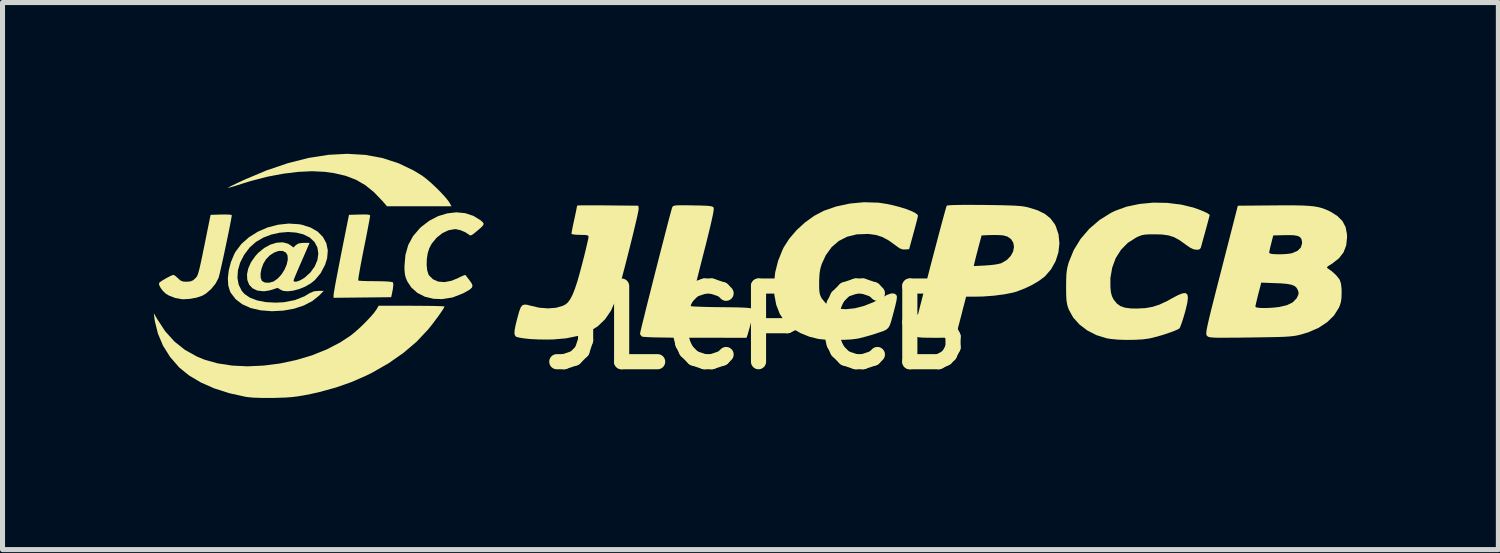
<source format=kicad_pcb>
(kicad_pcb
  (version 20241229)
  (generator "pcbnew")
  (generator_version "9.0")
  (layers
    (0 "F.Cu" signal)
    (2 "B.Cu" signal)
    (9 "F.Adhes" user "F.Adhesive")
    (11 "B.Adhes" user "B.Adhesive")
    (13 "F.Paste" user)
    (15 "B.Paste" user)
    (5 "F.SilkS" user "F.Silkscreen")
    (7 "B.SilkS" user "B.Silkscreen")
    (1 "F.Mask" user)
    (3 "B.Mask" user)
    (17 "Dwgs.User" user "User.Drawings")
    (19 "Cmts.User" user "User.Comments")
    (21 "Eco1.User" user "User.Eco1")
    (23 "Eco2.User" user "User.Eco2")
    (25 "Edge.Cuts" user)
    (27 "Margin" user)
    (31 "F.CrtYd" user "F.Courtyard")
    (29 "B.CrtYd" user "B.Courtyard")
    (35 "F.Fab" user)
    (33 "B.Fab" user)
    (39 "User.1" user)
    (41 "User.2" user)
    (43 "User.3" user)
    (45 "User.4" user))
  (footprint "JLCPCB"
    (layer "F.Cu")
    (at 11.955 3.444)
    (property "Reference" "JLCPCB" (at 0 0 0) (layer "F.SilkS") (effects (font (size 1.5 1.5) (thickness 0.3))))
    (attr board_only exclude_from_pos_files exclude_from_bom)
    (fp_poly (pts (xy -7.763 -3.423) (xy -7.424 -3.361) (xy -7.103 -3.257) (xy -6.8 -3.112) (xy -6.633 -3.01) (xy -6.554 -2.95) (xy -6.46 -2.87) (xy -6.361 -2.777) (xy -6.266 -2.682) (xy -6.182 -2.592) (xy -6.12 -2.516) (xy -6.094 -2.477) (xy -6.053 -2.404) (xy -6.692 -2.404) (xy -7.331 -2.404) (xy -7.425 -2.512) (xy -7.591 -2.685) (xy -7.762 -2.823) (xy -7.945 -2.929) (xy -8.148 -3.007) (xy -8.38 -3.061) (xy -8.569 -3.087) (xy -8.817 -3.099) (xy -9.093 -3.086) (xy -9.391 -3.049) (xy -9.703 -2.99) (xy -10.02 -2.908) (xy -10.204 -2.852) (xy -10.309 -2.818) (xy -10.397 -2.791) (xy -10.458 -2.774) (xy -10.486 -2.769) (xy -10.487 -2.769) (xy -10.465 -2.783) (xy -10.408 -2.812) (xy -10.324 -2.853) (xy -10.221 -2.901) (xy -10.155 -2.932) (xy -9.715 -3.117) (xy -9.291 -3.26) (xy -8.884 -3.363) (xy -8.493 -3.424) (xy -8.119 -3.444)) (stroke (width 0) (type solid)) (fill yes) (layer "F.SilkS"))
    (fp_poly (pts (xy -7.708 -2.239) (xy -7.674 -2.23) (xy -7.665 -2.217) (xy -7.67 -2.187) (xy -7.682 -2.119) (xy -7.701 -2.019) (xy -7.725 -1.892) (xy -7.754 -1.745) (xy -7.786 -1.583) (xy -7.79 -1.565) (xy -7.822 -1.404) (xy -7.85 -1.257) (xy -7.873 -1.13) (xy -7.89 -1.03) (xy -7.9 -0.962) (xy -7.902 -0.932) (xy -7.901 -0.932) (xy -7.875 -0.927) (xy -7.812 -0.923) (xy -7.721 -0.92) (xy -7.609 -0.919) (xy -7.563 -0.918) (xy -7.438 -0.917) (xy -7.334 -0.913) (xy -7.258 -0.906) (xy -7.218 -0.898) (xy -7.215 -0.896) (xy -7.205 -0.857) (xy -7.213 -0.778) (xy -7.22 -0.737) (xy -7.248 -0.601) (xy -7.819 -0.595) (xy -8.391 -0.589) (xy -8.39 -0.652) (xy -8.385 -0.688) (xy -8.372 -0.764) (xy -8.353 -0.872) (xy -8.327 -1.008) (xy -8.297 -1.166) (xy -8.263 -1.34) (xy -8.237 -1.474) (xy -8.085 -2.234) (xy -7.875 -2.24) (xy -7.772 -2.242)) (stroke (width 0) (type solid)) (fill yes) (layer "F.SilkS"))
    (fp_poly (pts (xy -10.457 -2.238) (xy -10.416 -2.232) (xy -10.409 -2.228) (xy -10.414 -2.191) (xy -10.427 -2.116) (xy -10.447 -2.013) (xy -10.472 -1.887) (xy -10.501 -1.747) (xy -10.532 -1.599) (xy -10.563 -1.452) (xy -10.594 -1.312) (xy -10.622 -1.187) (xy -10.645 -1.084) (xy -10.664 -1.01) (xy -10.674 -0.977) (xy -10.732 -0.868) (xy -10.818 -0.763) (xy -10.918 -0.675) (xy -10.996 -0.629) (xy -11.112 -0.591) (xy -11.245 -0.567) (xy -11.371 -0.56) (xy -11.396 -0.561) (xy -11.532 -0.586) (xy -11.655 -0.633) (xy -11.719 -0.672) (xy -11.775 -0.725) (xy -11.82 -0.785) (xy -11.849 -0.842) (xy -11.851 -0.882) (xy -11.85 -0.884) (xy -11.822 -0.908) (xy -11.768 -0.943) (xy -11.7 -0.982) (xy -11.634 -1.017) (xy -11.584 -1.039) (xy -11.567 -1.043) (xy -11.535 -1.028) (xy -11.489 -0.989) (xy -11.475 -0.975) (xy -11.425 -0.931) (xy -11.371 -0.911) (xy -11.306 -0.907) (xy -11.228 -0.914) (xy -11.173 -0.938) (xy -11.138 -0.97) (xy -11.121 -0.987) (xy -11.106 -1.004) (xy -11.093 -1.027) (xy -11.08 -1.059) (xy -11.066 -1.106) (xy -11.049 -1.17) (xy -11.029 -1.258) (xy -11.004 -1.373) (xy -10.974 -1.52) (xy -10.936 -1.704) (xy -10.903 -1.871) (xy -10.829 -2.234) (xy -10.619 -2.24) (xy -10.528 -2.241)) (stroke (width 0) (type solid)) (fill yes) (layer "F.SilkS"))
    (fp_poly (pts (xy -5.781 -2.267) (xy -5.618 -2.214) (xy -5.473 -2.124) (xy -5.468 -2.119) (xy -5.431 -2.086) (xy -5.415 -2.059) (xy -5.423 -2.03) (xy -5.457 -1.991) (xy -5.522 -1.934) (xy -5.56 -1.902) (xy -5.622 -1.852) (xy -5.66 -1.829) (xy -5.686 -1.827) (xy -5.71 -1.844) (xy -5.711 -1.845) (xy -5.782 -1.891) (xy -5.873 -1.929) (xy -5.961 -1.949) (xy -5.984 -1.95) (xy -6.11 -1.929) (xy -6.235 -1.87) (xy -6.349 -1.779) (xy -6.443 -1.664) (xy -6.49 -1.578) (xy -6.523 -1.477) (xy -6.541 -1.36) (xy -6.545 -1.241) (xy -6.534 -1.133) (xy -6.508 -1.051) (xy -6.5 -1.036) (xy -6.419 -0.956) (xy -6.315 -0.91) (xy -6.191 -0.9) (xy -6.054 -0.926) (xy -5.931 -0.976) (xy -5.859 -1.012) (xy -5.804 -1.035) (xy -5.778 -1.042) (xy -5.777 -1.042) (xy -5.76 -1.02) (xy -5.724 -0.973) (xy -5.693 -0.933) (xy -5.652 -0.874) (xy -5.636 -0.829) (xy -5.648 -0.79) (xy -5.692 -0.751) (xy -5.773 -0.704) (xy -5.83 -0.674) (xy -6.03 -0.596) (xy -6.236 -0.563) (xy -6.408 -0.569) (xy -6.582 -0.611) (xy -6.73 -0.687) (xy -6.85 -0.795) (xy -6.927 -0.912) (xy -6.958 -0.984) (xy -6.976 -1.053) (xy -6.984 -1.138) (xy -6.985 -1.216) (xy -6.966 -1.438) (xy -6.91 -1.636) (xy -6.814 -1.813) (xy -6.677 -1.972) (xy -6.656 -1.992) (xy -6.493 -2.117) (xy -6.318 -2.208) (xy -6.136 -2.263) (xy -5.955 -2.284)) (stroke (width 0) (type solid)) (fill yes) (layer "F.SilkS"))
    (fp_poly (pts (xy -6.677 -0.43) (xy -6.526 -0.429) (xy -6.397 -0.427) (xy -6.294 -0.424) (xy -6.224 -0.421) (xy -6.192 -0.418) (xy -6.191 -0.417) (xy -6.205 -0.387) (xy -6.241 -0.329) (xy -6.294 -0.252) (xy -6.359 -0.163) (xy -6.43 -0.069) (xy -6.501 0.02) (xy -6.527 0.051) (xy -6.747 0.284) (xy -7.006 0.504) (xy -7.298 0.708) (xy -7.617 0.891) (xy -7.739 0.952) (xy -8.036 1.082) (xy -8.341 1.189) (xy -8.669 1.279) (xy -8.845 1.319) (xy -8.984 1.346) (xy -9.105 1.366) (xy -9.221 1.38) (xy -9.347 1.389) (xy -9.499 1.394) (xy -9.57 1.396) (xy -9.796 1.397) (xy -9.978 1.391) (xy -10.115 1.378) (xy -10.137 1.374) (xy -10.461 1.302) (xy -10.757 1.207) (xy -11.022 1.09) (xy -11.253 0.953) (xy -11.445 0.798) (xy -11.459 0.784) (xy -11.633 0.583) (xy -11.773 0.36) (xy -11.874 0.12) (xy -11.935 -0.128) (xy -11.941 -0.17) (xy -11.955 -0.283) (xy -11.887 -0.165) (xy -11.729 0.075) (xy -11.547 0.277) (xy -11.339 0.443) (xy -11.102 0.575) (xy -10.953 0.637) (xy -10.69 0.711) (xy -10.402 0.755) (xy -10.095 0.77) (xy -9.777 0.755) (xy -9.455 0.714) (xy -9.135 0.646) (xy -8.825 0.554) (xy -8.531 0.437) (xy -8.261 0.297) (xy -8.052 0.16) (xy -7.96 0.085) (xy -7.858 -0.006) (xy -7.756 -0.106) (xy -7.663 -0.204) (xy -7.587 -0.292) (xy -7.539 -0.359) (xy -7.497 -0.431) (xy -6.844 -0.431)) (stroke (width 0) (type solid)) (fill yes) (layer "F.SilkS"))
    (fp_poly (pts (xy -1.422 -2.424) (xy -1.285 -2.422) (xy -1.267 -2.421) (xy -1.122 -2.419) (xy -1.017 -2.415) (xy -0.943 -2.41) (xy -0.896 -2.402) (xy -0.869 -2.392) (xy -0.855 -2.378) (xy -0.852 -2.357) (xy -0.856 -2.312) (xy -0.868 -2.241) (xy -0.89 -2.14) (xy -0.92 -2.007) (xy -0.961 -1.839) (xy -1.012 -1.633) (xy -1.074 -1.392) (xy -1.125 -1.191) (xy -1.172 -1.005) (xy -1.214 -0.836) (xy -1.251 -0.691) (xy -1.28 -0.572) (xy -1.302 -0.486) (xy -1.313 -0.436) (xy -1.316 -0.426) (xy -1.294 -0.421) (xy -1.233 -0.416) (xy -1.138 -0.412) (xy -1.015 -0.408) (xy -0.871 -0.405) (xy -0.711 -0.403) (xy -0.528 -0.401) (xy -0.386 -0.399) (xy -0.278 -0.395) (xy -0.2 -0.391) (xy -0.147 -0.386) (xy -0.113 -0.379) (xy -0.093 -0.369) (xy -0.082 -0.358) (xy -0.073 -0.326) (xy -0.076 -0.273) (xy -0.091 -0.19) (xy -0.112 -0.108) (xy -0.137 -0.011) (xy -0.161 0.075) (xy -0.179 0.136) (xy -0.184 0.153) (xy -0.203 0.204) (xy -1.218 0.203) (xy -1.484 0.203) (xy -1.714 0.201) (xy -1.907 0.198) (xy -2.061 0.195) (xy -2.175 0.19) (xy -2.247 0.185) (xy -2.274 0.18) (xy -2.307 0.145) (xy -2.313 0.122) (xy -2.308 0.093) (xy -2.292 0.025) (xy -2.268 -0.076) (xy -2.235 -0.207) (xy -2.197 -0.363) (xy -2.153 -0.538) (xy -2.105 -0.727) (xy -2.055 -0.926) (xy -2.003 -1.13) (xy -1.951 -1.334) (xy -1.9 -1.533) (xy -1.851 -1.722) (xy -1.806 -1.897) (xy -1.766 -2.052) (xy -1.732 -2.182) (xy -1.704 -2.283) (xy -1.686 -2.35) (xy -1.678 -2.376) (xy -1.669 -2.395) (xy -1.655 -2.408) (xy -1.63 -2.417) (xy -1.587 -2.422) (xy -1.52 -2.424)) (stroke (width 0) (type solid)) (fill yes) (layer "F.SilkS"))
    (fp_poly (pts (xy -3.116 -2.423) (xy -2.955 -2.421) (xy -2.954 -2.421) (xy -2.347 -2.415) (xy -2.341 -2.358) (xy -2.345 -2.323) (xy -2.359 -2.251) (xy -2.382 -2.147) (xy -2.413 -2.016) (xy -2.449 -1.865) (xy -2.49 -1.699) (xy -2.534 -1.524) (xy -2.579 -1.346) (xy -2.624 -1.171) (xy -2.668 -1.005) (xy -2.709 -0.853) (xy -2.745 -0.721) (xy -2.776 -0.615) (xy -2.799 -0.542) (xy -2.8 -0.538) (xy -2.89 -0.334) (xy -3.007 -0.163) (xy -3.153 -0.023) (xy -3.329 0.086) (xy -3.538 0.165) (xy -3.78 0.215) (xy -4.037 0.237) (xy -4.172 0.239) (xy -4.32 0.237) (xy -4.457 0.231) (xy -4.521 0.226) (xy -4.62 0.215) (xy -4.703 0.201) (xy -4.76 0.187) (xy -4.776 0.18) (xy -4.796 0.153) (xy -4.804 0.112) (xy -4.8 0.05) (xy -4.783 -0.041) (xy -4.752 -0.166) (xy -4.742 -0.204) (xy -4.71 -0.319) (xy -4.681 -0.396) (xy -4.649 -0.439) (xy -4.607 -0.455) (xy -4.55 -0.45) (xy -4.484 -0.432) (xy -4.309 -0.392) (xy -4.138 -0.379) (xy -3.981 -0.391) (xy -3.848 -0.429) (xy -3.794 -0.456) (xy -3.745 -0.497) (xy -3.699 -0.559) (xy -3.653 -0.647) (xy -3.606 -0.764) (xy -3.556 -0.915) (xy -3.503 -1.104) (xy -3.459 -1.27) (xy -3.422 -1.414) (xy -3.39 -1.545) (xy -3.364 -1.655) (xy -3.345 -1.739) (xy -3.335 -1.788) (xy -3.334 -1.797) (xy -3.34 -1.818) (xy -3.363 -1.83) (xy -3.413 -1.835) (xy -3.498 -1.837) (xy -3.504 -1.837) (xy -3.591 -1.84) (xy -3.651 -1.848) (xy -3.674 -1.859) (xy -3.674 -1.86) (xy -3.669 -1.89) (xy -3.657 -1.955) (xy -3.639 -2.045) (xy -3.617 -2.145) (xy -3.595 -2.248) (xy -3.577 -2.334) (xy -3.565 -2.394) (xy -3.561 -2.417) (xy -3.539 -2.42) (xy -3.478 -2.422) (xy -3.383 -2.423) (xy -3.26 -2.423)) (stroke (width 0) (type solid)) (fill yes) (layer "F.SilkS"))
    (fp_poly (pts (xy 2.395 -2.476) (xy 2.431 -2.473) (xy 2.566 -2.452) (xy 2.705 -2.423) (xy 2.839 -2.388) (xy 2.961 -2.35) (xy 3.065 -2.31) (xy 3.144 -2.271) (xy 3.189 -2.236) (xy 3.197 -2.216) (xy 3.191 -2.185) (xy 3.175 -2.119) (xy 3.151 -2.027) (xy 3.122 -1.917) (xy 3.109 -1.871) (xy 3.022 -1.553) (xy 2.943 -1.547) (xy 2.889 -1.549) (xy 2.835 -1.57) (xy 2.767 -1.617) (xy 2.751 -1.63) (xy 2.614 -1.728) (xy 2.489 -1.795) (xy 2.363 -1.835) (xy 2.221 -1.854) (xy 2.198 -1.855) (xy 1.983 -1.847) (xy 1.792 -1.8) (xy 1.626 -1.715) (xy 1.485 -1.593) (xy 1.37 -1.434) (xy 1.289 -1.259) (xy 1.262 -1.169) (xy 1.246 -1.072) (xy 1.239 -0.952) (xy 1.238 -0.896) (xy 1.238 -0.787) (xy 1.243 -0.71) (xy 1.254 -0.654) (xy 1.273 -0.606) (xy 1.29 -0.575) (xy 1.37 -0.479) (xy 1.48 -0.412) (xy 1.615 -0.373) (xy 1.771 -0.363) (xy 1.943 -0.381) (xy 2.125 -0.427) (xy 2.312 -0.501) (xy 2.478 -0.59) (xy 2.588 -0.649) (xy 2.671 -0.676) (xy 2.731 -0.672) (xy 2.767 -0.646) (xy 2.778 -0.623) (xy 2.779 -0.587) (xy 2.77 -0.528) (xy 2.75 -0.44) (xy 2.724 -0.338) (xy 2.688 -0.204) (xy 2.661 -0.107) (xy 2.636 -0.038) (xy 2.607 0.009) (xy 2.569 0.042) (xy 2.517 0.068) (xy 2.443 0.093) (xy 2.367 0.119) (xy 2.25 0.156) (xy 2.131 0.189) (xy 2.027 0.215) (xy 1.973 0.225) (xy 1.869 0.237) (xy 1.736 0.244) (xy 1.589 0.246) (xy 1.444 0.244) (xy 1.314 0.237) (xy 1.219 0.226) (xy 1.043 0.182) (xy 0.872 0.113) (xy 0.719 0.026) (xy 0.595 -0.074) (xy 0.56 -0.113) (xy 0.458 -0.268) (xy 0.387 -0.449) (xy 0.349 -0.651) (xy 0.342 -0.868) (xy 0.366 -1.092) (xy 0.423 -1.319) (xy 0.512 -1.541) (xy 0.538 -1.594) (xy 0.647 -1.763) (xy 0.79 -1.93) (xy 0.957 -2.083) (xy 1.138 -2.213) (xy 1.323 -2.312) (xy 1.328 -2.314) (xy 1.577 -2.4) (xy 1.849 -2.458) (xy 2.126 -2.484)) (stroke (width 0) (type solid)) (fill yes) (layer "F.SilkS"))
    (fp_poly (pts (xy 4.333 -2.431) (xy 4.509 -2.43) (xy 4.718 -2.427) (xy 4.888 -2.424) (xy 5.025 -2.42) (xy 5.133 -2.415) (xy 5.219 -2.409) (xy 5.288 -2.401) (xy 5.346 -2.39) (xy 5.39 -2.38) (xy 5.571 -2.323) (xy 5.713 -2.253) (xy 5.822 -2.166) (xy 5.904 -2.057) (xy 5.929 -2.012) (xy 5.985 -1.845) (xy 6.002 -1.668) (xy 5.982 -1.488) (xy 5.926 -1.314) (xy 5.836 -1.153) (xy 5.715 -1.014) (xy 5.705 -1.006) (xy 5.597 -0.925) (xy 5.46 -0.844) (xy 5.309 -0.772) (xy 5.161 -0.715) (xy 5.091 -0.694) (xy 4.911 -0.658) (xy 4.705 -0.631) (xy 4.491 -0.615) (xy 4.361 -0.612) (xy 4.152 -0.612) (xy 4.13 -0.527) (xy 4.116 -0.472) (xy 4.093 -0.386) (xy 4.066 -0.278) (xy 4.036 -0.162) (xy 4.035 -0.159) (xy 4.006 -0.048) (xy 3.98 0.049) (xy 3.958 0.122) (xy 3.943 0.163) (xy 3.942 0.164) (xy 3.93 0.179) (xy 3.908 0.19) (xy 3.868 0.197) (xy 3.804 0.201) (xy 3.709 0.203) (xy 3.577 0.204) (xy 3.55 0.204) (xy 3.407 0.203) (xy 3.302 0.201) (xy 3.23 0.196) (xy 3.183 0.188) (xy 3.154 0.177) (xy 3.143 0.168) (xy 3.114 0.134) (xy 3.107 0.119) (xy 3.113 0.089) (xy 3.128 0.022) (xy 3.153 -0.08) (xy 3.186 -0.211) (xy 3.225 -0.366) (xy 3.27 -0.54) (xy 3.318 -0.729) (xy 3.37 -0.928) (xy 3.423 -1.132) (xy 3.445 -1.218) (xy 4.304 -1.218) (xy 4.539 -1.23) (xy 4.663 -1.24) (xy 4.769 -1.255) (xy 4.844 -1.273) (xy 4.856 -1.278) (xy 4.961 -1.34) (xy 5.037 -1.419) (xy 5.084 -1.506) (xy 5.101 -1.596) (xy 5.088 -1.68) (xy 5.044 -1.752) (xy 4.969 -1.804) (xy 4.89 -1.826) (xy 4.819 -1.832) (xy 4.724 -1.834) (xy 4.628 -1.833) (xy 4.459 -1.826) (xy 4.397 -1.594) (xy 4.37 -1.49) (xy 4.345 -1.394) (xy 4.327 -1.32) (xy 4.32 -1.291) (xy 4.304 -1.218) (xy 3.445 -1.218) (xy 3.476 -1.337) (xy 3.529 -1.537) (xy 3.579 -1.728) (xy 3.626 -1.905) (xy 3.668 -2.063) (xy 3.705 -2.198) (xy 3.734 -2.304) (xy 3.755 -2.377) (xy 3.766 -2.413) (xy 3.767 -2.415) (xy 3.797 -2.422) (xy 3.87 -2.427) (xy 3.985 -2.43) (xy 4.14 -2.432)) (stroke (width 0) (type solid)) (fill yes) (layer "F.SilkS"))
    (fp_poly (pts (xy 8.139 -2.471) (xy 8.411 -2.438) (xy 8.656 -2.379) (xy 8.759 -2.343) (xy 8.852 -2.306) (xy 8.926 -2.272) (xy 8.971 -2.243) (xy 8.981 -2.229) (xy 8.975 -2.202) (xy 8.959 -2.141) (xy 8.936 -2.055) (xy 8.914 -1.974) (xy 8.884 -1.865) (xy 8.855 -1.761) (xy 8.832 -1.677) (xy 8.822 -1.639) (xy 8.804 -1.578) (xy 8.781 -1.55) (xy 8.74 -1.542) (xy 8.718 -1.542) (xy 8.662 -1.551) (xy 8.599 -1.58) (xy 8.518 -1.635) (xy 8.494 -1.653) (xy 8.377 -1.736) (xy 8.271 -1.793) (xy 8.162 -1.827) (xy 8.036 -1.844) (xy 7.892 -1.848) (xy 7.78 -1.847) (xy 7.7 -1.842) (xy 7.638 -1.831) (xy 7.581 -1.811) (xy 7.524 -1.784) (xy 7.359 -1.679) (xy 7.224 -1.542) (xy 7.119 -1.377) (xy 7.049 -1.188) (xy 7.013 -0.98) (xy 7.013 -0.806) (xy 7.023 -0.7) (xy 7.043 -0.623) (xy 7.075 -0.558) (xy 7.082 -0.548) (xy 7.141 -0.475) (xy 7.212 -0.424) (xy 7.302 -0.393) (xy 7.421 -0.378) (xy 7.541 -0.376) (xy 7.703 -0.384) (xy 7.847 -0.409) (xy 7.988 -0.455) (xy 8.14 -0.526) (xy 8.237 -0.58) (xy 8.356 -0.643) (xy 8.445 -0.678) (xy 8.506 -0.682) (xy 8.54 -0.653) (xy 8.55 -0.59) (xy 8.538 -0.489) (xy 8.505 -0.35) (xy 8.492 -0.301) (xy 8.46 -0.191) (xy 8.429 -0.096) (xy 8.403 -0.025) (xy 8.386 0.014) (xy 8.384 0.016) (xy 8.346 0.039) (xy 8.274 0.07) (xy 8.178 0.105) (xy 8.069 0.142) (xy 7.956 0.175) (xy 7.849 0.203) (xy 7.782 0.218) (xy 7.655 0.235) (xy 7.5 0.244) (xy 7.334 0.246) (xy 7.171 0.241) (xy 7.026 0.228) (xy 6.94 0.214) (xy 6.738 0.152) (xy 6.557 0.06) (xy 6.401 -0.058) (xy 6.276 -0.197) (xy 6.189 -0.353) (xy 6.188 -0.357) (xy 6.166 -0.416) (xy 6.152 -0.475) (xy 6.142 -0.542) (xy 6.137 -0.63) (xy 6.135 -0.748) (xy 6.135 -0.805) (xy 6.136 -0.943) (xy 6.14 -1.048) (xy 6.149 -1.131) (xy 6.163 -1.206) (xy 6.185 -1.284) (xy 6.187 -1.293) (xy 6.285 -1.533) (xy 6.422 -1.756) (xy 6.594 -1.957) (xy 6.797 -2.131) (xy 7.025 -2.274) (xy 7.108 -2.314) (xy 7.337 -2.397) (xy 7.592 -2.45) (xy 7.862 -2.476)) (stroke (width 0) (type solid)) (fill yes) (layer "F.SilkS"))
    (fp_poly (pts (xy 10.664 -2.422) (xy 10.818 -2.419) (xy 10.944 -2.412) (xy 11.048 -2.402) (xy 11.135 -2.387) (xy 11.211 -2.367) (xy 11.281 -2.341) (xy 11.351 -2.309) (xy 11.371 -2.3) (xy 11.513 -2.212) (xy 11.614 -2.111) (xy 11.677 -1.991) (xy 11.704 -1.847) (xy 11.706 -1.793) (xy 11.689 -1.629) (xy 11.636 -1.49) (xy 11.545 -1.372) (xy 11.413 -1.269) (xy 11.387 -1.252) (xy 11.33 -1.217) (xy 11.307 -1.194) (xy 11.314 -1.178) (xy 11.328 -1.169) (xy 11.407 -1.112) (xy 11.486 -1.04) (xy 11.546 -0.967) (xy 11.561 -0.943) (xy 11.585 -0.871) (xy 11.597 -0.763) (xy 11.598 -0.692) (xy 11.595 -0.584) (xy 11.583 -0.502) (xy 11.559 -0.427) (xy 11.54 -0.386) (xy 11.446 -0.237) (xy 11.312 -0.106) (xy 11.142 0.006) (xy 10.938 0.095) (xy 10.792 0.139) (xy 10.739 0.152) (xy 10.685 0.163) (xy 10.626 0.171) (xy 10.556 0.178) (xy 10.47 0.184) (xy 10.362 0.188) (xy 10.227 0.191) (xy 10.059 0.194) (xy 9.853 0.197) (xy 9.786 0.198) (xy 9.571 0.201) (xy 9.398 0.202) (xy 9.261 0.203) (xy 9.155 0.203) (xy 9.076 0.201) (xy 9.02 0.197) (xy 8.982 0.192) (xy 8.957 0.185) (xy 8.941 0.176) (xy 8.929 0.164) (xy 8.921 0.154) (xy 8.916 0.139) (xy 8.914 0.117) (xy 8.916 0.084) (xy 8.923 0.037) (xy 8.936 -0.028) (xy 8.955 -0.114) (xy 8.981 -0.224) (xy 9.015 -0.363) (xy 9.027 -0.411) (xy 9.888 -0.411) (xy 9.909 -0.398) (xy 9.966 -0.389) (xy 10.049 -0.386) (xy 10.149 -0.388) (xy 10.256 -0.395) (xy 10.36 -0.407) (xy 10.512 -0.442) (xy 10.626 -0.497) (xy 10.702 -0.574) (xy 10.714 -0.594) (xy 10.741 -0.653) (xy 10.744 -0.698) (xy 10.73 -0.742) (xy 10.703 -0.789) (xy 10.664 -0.824) (xy 10.604 -0.848) (xy 10.519 -0.864) (xy 10.399 -0.875) (xy 10.292 -0.879) (xy 10.004 -0.89) (xy 9.982 -0.802) (xy 9.941 -0.646) (xy 9.913 -0.531) (xy 9.895 -0.455) (xy 9.888 -0.415) (xy 9.888 -0.411) (xy 9.027 -0.411) (xy 9.058 -0.533) (xy 9.11 -0.738) (xy 9.172 -0.981) (xy 9.215 -1.147) (xy 9.3 -1.48) (xy 10.161 -1.48) (xy 10.181 -1.466) (xy 10.236 -1.456) (xy 10.313 -1.452) (xy 10.404 -1.452) (xy 10.495 -1.457) (xy 10.577 -1.466) (xy 10.622 -1.476) (xy 10.724 -1.521) (xy 10.789 -1.586) (xy 10.814 -1.669) (xy 10.813 -1.695) (xy 10.802 -1.752) (xy 10.774 -1.792) (xy 10.723 -1.817) (xy 10.643 -1.83) (xy 10.527 -1.832) (xy 10.468 -1.831) (xy 10.242 -1.826) (xy 10.202 -1.667) (xy 10.181 -1.585) (xy 10.167 -1.518) (xy 10.161 -1.481) (xy 10.161 -1.48) (xy 9.3 -1.48) (xy 9.54 -2.415) (xy 10.247 -2.421) (xy 10.475 -2.423)) (stroke (width 0) (type solid)) (fill yes) (layer "F.SilkS"))
    (fp_poly (pts (xy -9.076 -2.048) (xy -9.022 -2.038) (xy -8.848 -1.983) (xy -8.707 -1.902) (xy -8.602 -1.796) (xy -8.534 -1.671) (xy -8.505 -1.529) (xy -8.518 -1.374) (xy -8.559 -1.243) (xy -8.648 -1.075) (xy -8.764 -0.938) (xy -8.841 -0.876) (xy -8.951 -0.812) (xy -9.07 -0.763) (xy -9.19 -0.731) (xy -9.3 -0.718) (xy -9.391 -0.726) (xy -9.451 -0.754) (xy -9.483 -0.778) (xy -9.515 -0.782) (xy -9.565 -0.765) (xy -9.582 -0.758) (xy -9.659 -0.736) (xy -9.75 -0.721) (xy -9.784 -0.719) (xy -9.906 -0.733) (xy -10 -0.779) (xy -10.065 -0.85) (xy -10.101 -0.942) (xy -10.107 -1.05) (xy -10.103 -1.073) (xy -9.838 -1.073) (xy -9.836 -0.988) (xy -9.813 -0.926) (xy -9.807 -0.92) (xy -9.749 -0.891) (xy -9.67 -0.888) (xy -9.588 -0.91) (xy -9.575 -0.916) (xy -9.492 -0.976) (xy -9.418 -1.059) (xy -9.359 -1.155) (xy -9.318 -1.255) (xy -9.298 -1.35) (xy -9.304 -1.432) (xy -9.334 -1.484) (xy -9.397 -1.518) (xy -9.479 -1.518) (xy -9.568 -1.487) (xy -9.657 -1.429) (xy -9.729 -1.354) (xy -9.782 -1.268) (xy -9.819 -1.17) (xy -9.838 -1.073) (xy -10.103 -1.073) (xy -10.083 -1.169) (xy -10.028 -1.294) (xy -9.94 -1.419) (xy -9.883 -1.481) (xy -9.767 -1.576) (xy -9.643 -1.644) (xy -9.517 -1.682) (xy -9.398 -1.689) (xy -9.295 -1.662) (xy -9.255 -1.638) (xy -9.186 -1.587) (xy -9.14 -1.632) (xy -9.091 -1.664) (xy -9.019 -1.677) (xy -8.98 -1.678) (xy -8.867 -1.678) (xy -8.898 -1.605) (xy -8.919 -1.557) (xy -8.953 -1.477) (xy -8.997 -1.377) (xy -9.046 -1.265) (xy -9.057 -1.24) (xy -9.103 -1.133) (xy -9.142 -1.041) (xy -9.17 -0.972) (xy -9.184 -0.933) (xy -9.185 -0.928) (xy -9.168 -0.908) (xy -9.122 -0.91) (xy -9.059 -0.933) (xy -8.986 -0.974) (xy -8.969 -0.985) (xy -8.851 -1.09) (xy -8.765 -1.209) (xy -8.711 -1.336) (xy -8.693 -1.464) (xy -8.711 -1.586) (xy -8.768 -1.695) (xy -8.863 -1.784) (xy -8.987 -1.846) (xy -9.132 -1.882) (xy -9.292 -1.894) (xy -9.459 -1.88) (xy -9.626 -1.843) (xy -9.785 -1.782) (xy -9.928 -1.698) (xy -10.049 -1.592) (xy -10.055 -1.586) (xy -10.165 -1.44) (xy -10.243 -1.287) (xy -10.287 -1.134) (xy -10.297 -0.985) (xy -10.272 -0.848) (xy -10.212 -0.728) (xy -10.156 -0.664) (xy -10.047 -0.59) (xy -9.903 -0.536) (xy -9.732 -0.503) (xy -9.539 -0.493) (xy -9.377 -0.501) (xy -9.158 -0.543) (xy -8.967 -0.619) (xy -8.868 -0.68) (xy -8.778 -0.718) (xy -8.695 -0.726) (xy -8.586 -0.726) (xy -8.676 -0.634) (xy -8.811 -0.525) (xy -8.98 -0.437) (xy -9.174 -0.373) (xy -9.387 -0.335) (xy -9.612 -0.323) (xy -9.84 -0.341) (xy -9.844 -0.342) (xy -10.037 -0.387) (xy -10.201 -0.461) (xy -10.332 -0.561) (xy -10.428 -0.686) (xy -10.443 -0.715) (xy -10.479 -0.833) (xy -10.487 -0.976) (xy -10.469 -1.133) (xy -10.427 -1.295) (xy -10.362 -1.451) (xy -10.332 -1.506) (xy -10.217 -1.658) (xy -10.068 -1.79) (xy -9.892 -1.9) (xy -9.698 -1.984) (xy -9.491 -2.038) (xy -9.281 -2.061)) (stroke (width 0) (type solid)) (fill yes) (layer "F.SilkS")))
  (gr_rect
    (start -3 -3)
    (end 26.661 7.848)
    (stroke (width 0.1) (type default))
    (fill no)
    (layer "Edge.Cuts")))
</source>
